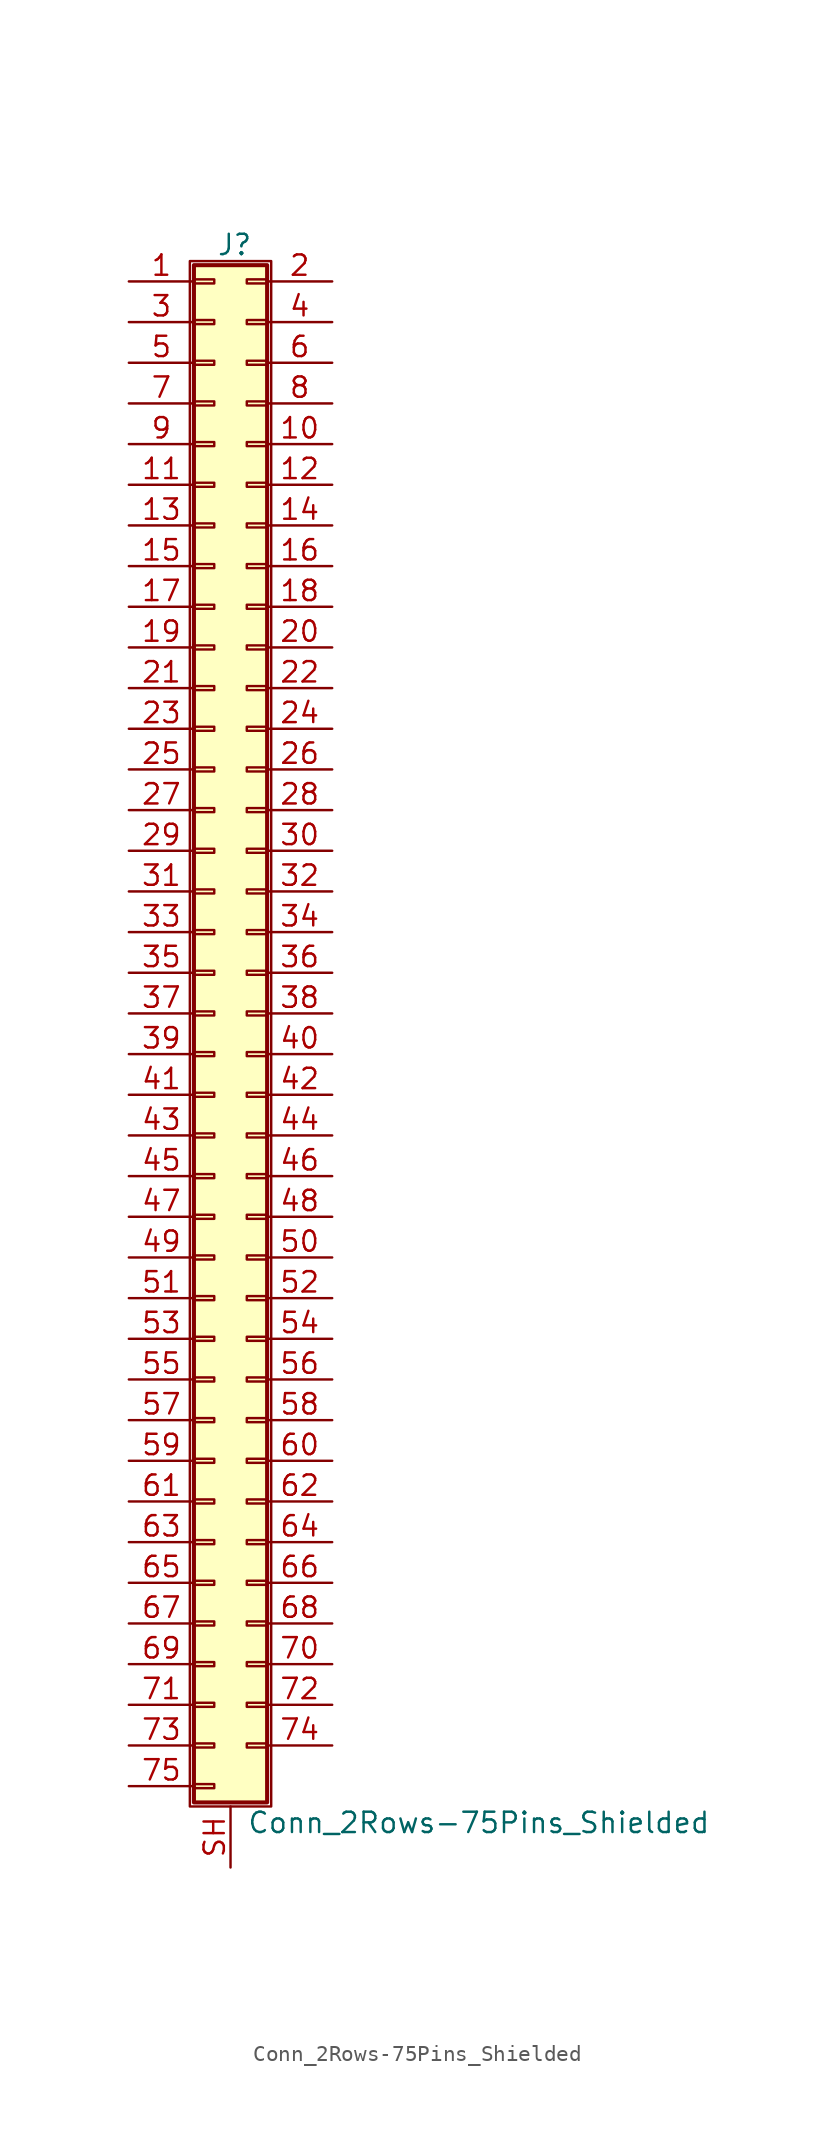
<source format=kicad_sym>
(kicad_symbol_lib
  (version 20200908)
  (generator kicad_symbol_editor)
  (symbol "Connector_Generic_Shielded:Conn_2Rows-75Pins_Shielded"
    (pin_names
      (offset 1.016) hide)
    (property "Reference" "J"
      (at 1.524 48.006 0)
      (effects (font (size 1.27 1.27))))
    (property "Value" "Conn_2Rows-75Pins_Shielded"
      (at 2.286 -50.546 0)
      (effects (font (size 1.27 1.27)) (justify left)))
    (symbol "Conn_2Rows-75Pins_Shielded_1_1"
      (rectangle (start -1.016 -27.813) (end 0.254 -28.067) (stroke (width 0.152)) (fill (type none)))
      (rectangle (start -1.016 -30.353) (end 0.254 -30.607) (stroke (width 0.152)) (fill (type none)))
      (rectangle (start -1.016 -32.893) (end 0.254 -33.147) (stroke (width 0.152)) (fill (type none)))
      (rectangle (start -1.016 -35.433) (end 0.254 -35.687) (stroke (width 0.152)) (fill (type none)))
      (rectangle (start -1.016 -37.973) (end 0.254 -38.227) (stroke (width 0.152)) (fill (type none)))
      (rectangle (start -1.016 -40.513) (end 0.254 -40.767) (stroke (width 0.152)) (fill (type none)))
      (rectangle (start -1.016 -43.053) (end 0.254 -43.307) (stroke (width 0.152)) (fill (type none)))
      (rectangle (start -1.016 -45.593) (end 0.254 -45.847) (stroke (width 0.152)) (fill (type none)))
      (rectangle (start -1.016 -48.133) (end 0.254 -48.387) (stroke (width 0.152)) (fill (type none)))
      (rectangle (start -1.016 -4.953) (end 0.254 -5.207) (stroke (width 0.152)) (fill (type none)))
      (rectangle (start -1.016 -7.493) (end 0.254 -7.747) (stroke (width 0.152)) (fill (type none)))
      (rectangle (start -1.016 -10.033) (end 0.254 -10.287) (stroke (width 0.152)) (fill (type none)))
      (rectangle (start -1.016 -12.573) (end 0.254 -12.827) (stroke (width 0.152)) (fill (type none)))
      (rectangle (start -1.016 -15.113) (end 0.254 -15.367) (stroke (width 0.152)) (fill (type none)))
      (rectangle (start -1.016 -17.653) (end 0.254 -17.907) (stroke (width 0.152)) (fill (type none)))
      (rectangle (start -1.016 -20.193) (end 0.254 -20.447) (stroke (width 0.152)) (fill (type none)))
      (rectangle (start -1.016 -22.733) (end 0.254 -22.987) (stroke (width 0.152)) (fill (type none)))
      (rectangle (start -1.016 -2.413) (end 0.254 -2.667) (stroke (width 0.152)) (fill (type none)))
      (rectangle (start -1.016 -25.273) (end 0.254 -25.527) (stroke (width 0.152)) (fill (type none)))
      (rectangle (start -1.016 25.527) (end 0.254 25.273) (stroke (width 0.152)) (fill (type none)))
      (rectangle (start -1.016 2.667) (end 0.254 2.413) (stroke (width 0.152)) (fill (type none)))
      (rectangle (start -1.016 28.067) (end 0.254 27.813) (stroke (width 0.152)) (fill (type none)))
      (rectangle (start -1.016 30.607) (end 0.254 30.353) (stroke (width 0.152)) (fill (type none)))
      (rectangle (start -1.016 33.147) (end 0.254 32.893) (stroke (width 0.152)) (fill (type none)))
      (rectangle (start -1.016 35.687) (end 0.254 35.433) (stroke (width 0.152)) (fill (type none)))
      (rectangle (start -1.016 38.227) (end 0.254 37.973) (stroke (width 0.152)) (fill (type none)))
      (rectangle (start -1.016 40.767) (end 0.254 40.513) (stroke (width 0.152)) (fill (type none)))
      (rectangle (start -1.016 43.307) (end 0.254 43.053) (stroke (width 0.152)) (fill (type none)))
      (rectangle (start -1.016 45.847) (end 0.254 45.593) (stroke (width 0.152)) (fill (type none)))
      (rectangle (start -1.016 46.736) (end 3.556 -49.276) (stroke (width 0.254)) (fill (type background)))
      (rectangle (start -1.016 5.207) (end 0.254 4.953) (stroke (width 0.152)) (fill (type none)))
      (rectangle (start -1.016 7.747) (end 0.254 7.493) (stroke (width 0.152)) (fill (type none)))
      (rectangle (start -1.016 10.287) (end 0.254 10.033) (stroke (width 0.152)) (fill (type none)))
      (rectangle (start -1.016 0.127) (end 0.254 -0.127) (stroke (width 0.152)) (fill (type none)))
      (rectangle (start -1.016 12.827) (end 0.254 12.573) (stroke (width 0.152)) (fill (type none)))
      (rectangle (start -1.016 15.367) (end 0.254 15.113) (stroke (width 0.152)) (fill (type none)))
      (rectangle (start -1.016 17.907) (end 0.254 17.653) (stroke (width 0.152)) (fill (type none)))
      (rectangle (start -1.016 20.447) (end 0.254 20.193) (stroke (width 0.152)) (fill (type none)))
      (rectangle (start -1.016 22.987) (end 0.254 22.733) (stroke (width 0.152)) (fill (type none)))
      (rectangle (start -1.27 46.99) (end 3.81 -49.53) (stroke (width 0.152)) (fill (type none)))
      (rectangle (start 3.556 -27.813) (end 2.286 -28.067) (stroke (width 0.152)) (fill (type none)))
      (rectangle (start 3.556 -30.353) (end 2.286 -30.607) (stroke (width 0.152)) (fill (type none)))
      (rectangle (start 3.556 -32.893) (end 2.286 -33.147) (stroke (width 0.152)) (fill (type none)))
      (rectangle (start 3.556 -35.433) (end 2.286 -35.687) (stroke (width 0.152)) (fill (type none)))
      (rectangle (start 3.556 -37.973) (end 2.286 -38.227) (stroke (width 0.152)) (fill (type none)))
      (rectangle (start 3.556 -40.513) (end 2.286 -40.767) (stroke (width 0.152)) (fill (type none)))
      (rectangle (start 3.556 -43.053) (end 2.286 -43.307) (stroke (width 0.152)) (fill (type none)))
      (rectangle (start 3.556 -45.593) (end 2.286 -45.847) (stroke (width 0.152)) (fill (type none)))
      (rectangle (start 3.556 -4.953) (end 2.286 -5.207) (stroke (width 0.152)) (fill (type none)))
      (rectangle (start 3.556 -7.493) (end 2.286 -7.747) (stroke (width 0.152)) (fill (type none)))
      (rectangle (start 3.556 -10.033) (end 2.286 -10.287) (stroke (width 0.152)) (fill (type none)))
      (rectangle (start 3.556 -12.573) (end 2.286 -12.827) (stroke (width 0.152)) (fill (type none)))
      (rectangle (start 3.556 -15.113) (end 2.286 -15.367) (stroke (width 0.152)) (fill (type none)))
      (rectangle (start 3.556 -17.653) (end 2.286 -17.907) (stroke (width 0.152)) (fill (type none)))
      (rectangle (start 3.556 -20.193) (end 2.286 -20.447) (stroke (width 0.152)) (fill (type none)))
      (rectangle (start 3.556 -22.733) (end 2.286 -22.987) (stroke (width 0.152)) (fill (type none)))
      (rectangle (start 3.556 -2.413) (end 2.286 -2.667) (stroke (width 0.152)) (fill (type none)))
      (rectangle (start 3.556 -25.273) (end 2.286 -25.527) (stroke (width 0.152)) (fill (type none)))
      (rectangle (start 3.556 25.527) (end 2.286 25.273) (stroke (width 0.152)) (fill (type none)))
      (rectangle (start 3.556 2.667) (end 2.286 2.413) (stroke (width 0.152)) (fill (type none)))
      (rectangle (start 3.556 28.067) (end 2.286 27.813) (stroke (width 0.152)) (fill (type none)))
      (rectangle (start 3.556 30.607) (end 2.286 30.353) (stroke (width 0.152)) (fill (type none)))
      (rectangle (start 3.556 33.147) (end 2.286 32.893) (stroke (width 0.152)) (fill (type none)))
      (rectangle (start 3.556 35.687) (end 2.286 35.433) (stroke (width 0.152)) (fill (type none)))
      (rectangle (start 3.556 38.227) (end 2.286 37.973) (stroke (width 0.152)) (fill (type none)))
      (rectangle (start 3.556 40.767) (end 2.286 40.513) (stroke (width 0.152)) (fill (type none)))
      (rectangle (start 3.556 43.307) (end 2.286 43.053) (stroke (width 0.152)) (fill (type none)))
      (rectangle (start 3.556 45.847) (end 2.286 45.593) (stroke (width 0.152)) (fill (type none)))
      (rectangle (start 3.556 5.207) (end 2.286 4.953) (stroke (width 0.152)) (fill (type none)))
      (rectangle (start 3.556 7.747) (end 2.286 7.493) (stroke (width 0.152)) (fill (type none)))
      (rectangle (start 3.556 10.287) (end 2.286 10.033) (stroke (width 0.152)) (fill (type none)))
      (rectangle (start 3.556 0.127) (end 2.286 -0.127) (stroke (width 0.152)) (fill (type none)))
      (rectangle (start 3.556 12.827) (end 2.286 12.573) (stroke (width 0.152)) (fill (type none)))
      (rectangle (start 3.556 15.367) (end 2.286 15.113) (stroke (width 0.152)) (fill (type none)))
      (rectangle (start 3.556 17.907) (end 2.286 17.653) (stroke (width 0.152)) (fill (type none)))
      (rectangle (start 3.556 20.447) (end 2.286 20.193) (stroke (width 0.152)) (fill (type none)))
      (rectangle (start 3.556 22.987) (end 2.286 22.733) (stroke (width 0.152)) (fill (type none)))
      (pin passive line (at -5.08 45.72 0) (length 4.064) (name "Pin_1" (effects (font (size 1.27 1.27)))) (number "1" (effects (font (size 1.27 1.27)))))
      (pin passive line (at 7.62 35.56 180) (length 4.064) (name "Pin_10" (effects (font (size 1.27 1.27)))) (number "10" (effects (font (size 1.27 1.27)))))
      (pin passive line (at -5.08 33.02 0) (length 4.064) (name "Pin_11" (effects (font (size 1.27 1.27)))) (number "11" (effects (font (size 1.27 1.27)))))
      (pin passive line (at 7.62 33.02 180) (length 4.064) (name "Pin_12" (effects (font (size 1.27 1.27)))) (number "12" (effects (font (size 1.27 1.27)))))
      (pin passive line (at -5.08 30.48 0) (length 4.064) (name "Pin_13" (effects (font (size 1.27 1.27)))) (number "13" (effects (font (size 1.27 1.27)))))
      (pin passive line (at 7.62 30.48 180) (length 4.064) (name "Pin_14" (effects (font (size 1.27 1.27)))) (number "14" (effects (font (size 1.27 1.27)))))
      (pin passive line (at -5.08 27.94 0) (length 4.064) (name "Pin_15" (effects (font (size 1.27 1.27)))) (number "15" (effects (font (size 1.27 1.27)))))
      (pin passive line (at 7.62 27.94 180) (length 4.064) (name "Pin_16" (effects (font (size 1.27 1.27)))) (number "16" (effects (font (size 1.27 1.27)))))
      (pin passive line (at -5.08 25.4 0) (length 4.064) (name "Pin_17" (effects (font (size 1.27 1.27)))) (number "17" (effects (font (size 1.27 1.27)))))
      (pin passive line (at 7.62 25.4 180) (length 4.064) (name "Pin_18" (effects (font (size 1.27 1.27)))) (number "18" (effects (font (size 1.27 1.27)))))
      (pin passive line (at -5.08 22.86 0) (length 4.064) (name "Pin_19" (effects (font (size 1.27 1.27)))) (number "19" (effects (font (size 1.27 1.27)))))
      (pin passive line (at 7.62 45.72 180) (length 4.064) (name "Pin_2" (effects (font (size 1.27 1.27)))) (number "2" (effects (font (size 1.27 1.27)))))
      (pin passive line (at 7.62 22.86 180) (length 4.064) (name "Pin_20" (effects (font (size 1.27 1.27)))) (number "20" (effects (font (size 1.27 1.27)))))
      (pin passive line (at -5.08 20.32 0) (length 4.064) (name "Pin_21" (effects (font (size 1.27 1.27)))) (number "21" (effects (font (size 1.27 1.27)))))
      (pin passive line (at 7.62 20.32 180) (length 4.064) (name "Pin_22" (effects (font (size 1.27 1.27)))) (number "22" (effects (font (size 1.27 1.27)))))
      (pin passive line (at -5.08 17.78 0) (length 4.064) (name "Pin_23" (effects (font (size 1.27 1.27)))) (number "23" (effects (font (size 1.27 1.27)))))
      (pin passive line (at 7.62 17.78 180) (length 4.064) (name "Pin_24" (effects (font (size 1.27 1.27)))) (number "24" (effects (font (size 1.27 1.27)))))
      (pin passive line (at -5.08 15.24 0) (length 4.064) (name "Pin_25" (effects (font (size 1.27 1.27)))) (number "25" (effects (font (size 1.27 1.27)))))
      (pin passive line (at 7.62 15.24 180) (length 4.064) (name "Pin_26" (effects (font (size 1.27 1.27)))) (number "26" (effects (font (size 1.27 1.27)))))
      (pin passive line (at -5.08 12.7 0) (length 4.064) (name "Pin_27" (effects (font (size 1.27 1.27)))) (number "27" (effects (font (size 1.27 1.27)))))
      (pin passive line (at 7.62 12.7 180) (length 4.064) (name "Pin_28" (effects (font (size 1.27 1.27)))) (number "28" (effects (font (size 1.27 1.27)))))
      (pin passive line (at -5.08 10.16 0) (length 4.064) (name "Pin_29" (effects (font (size 1.27 1.27)))) (number "29" (effects (font (size 1.27 1.27)))))
      (pin passive line (at -5.08 43.18 0) (length 4.064) (name "Pin_3" (effects (font (size 1.27 1.27)))) (number "3" (effects (font (size 1.27 1.27)))))
      (pin passive line (at 7.62 10.16 180) (length 4.064) (name "Pin_30" (effects (font (size 1.27 1.27)))) (number "30" (effects (font (size 1.27 1.27)))))
      (pin passive line (at -5.08 7.62 0) (length 4.064) (name "Pin_31" (effects (font (size 1.27 1.27)))) (number "31" (effects (font (size 1.27 1.27)))))
      (pin passive line (at 7.62 7.62 180) (length 4.064) (name "Pin_32" (effects (font (size 1.27 1.27)))) (number "32" (effects (font (size 1.27 1.27)))))
      (pin passive line (at -5.08 5.08 0) (length 4.064) (name "Pin_33" (effects (font (size 1.27 1.27)))) (number "33" (effects (font (size 1.27 1.27)))))
      (pin passive line (at 7.62 5.08 180) (length 4.064) (name "Pin_34" (effects (font (size 1.27 1.27)))) (number "34" (effects (font (size 1.27 1.27)))))
      (pin passive line (at -5.08 2.54 0) (length 4.064) (name "Pin_35" (effects (font (size 1.27 1.27)))) (number "35" (effects (font (size 1.27 1.27)))))
      (pin passive line (at 7.62 2.54 180) (length 4.064) (name "Pin_36" (effects (font (size 1.27 1.27)))) (number "36" (effects (font (size 1.27 1.27)))))
      (pin passive line (at -5.08 0 0) (length 4.064) (name "Pin_37" (effects (font (size 1.27 1.27)))) (number "37" (effects (font (size 1.27 1.27)))))
      (pin passive line (at 7.62 0 180) (length 4.064) (name "Pin_38" (effects (font (size 1.27 1.27)))) (number "38" (effects (font (size 1.27 1.27)))))
      (pin passive line (at -5.08 -2.54 0) (length 4.064) (name "Pin_39" (effects (font (size 1.27 1.27)))) (number "39" (effects (font (size 1.27 1.27)))))
      (pin passive line (at 7.62 43.18 180) (length 4.064) (name "Pin_4" (effects (font (size 1.27 1.27)))) (number "4" (effects (font (size 1.27 1.27)))))
      (pin passive line (at 7.62 -2.54 180) (length 4.064) (name "Pin_40" (effects (font (size 1.27 1.27)))) (number "40" (effects (font (size 1.27 1.27)))))
      (pin passive line (at -5.08 -5.08 0) (length 4.064) (name "Pin_41" (effects (font (size 1.27 1.27)))) (number "41" (effects (font (size 1.27 1.27)))))
      (pin passive line (at 7.62 -5.08 180) (length 4.064) (name "Pin_42" (effects (font (size 1.27 1.27)))) (number "42" (effects (font (size 1.27 1.27)))))
      (pin passive line (at -5.08 -7.62 0) (length 4.064) (name "Pin_43" (effects (font (size 1.27 1.27)))) (number "43" (effects (font (size 1.27 1.27)))))
      (pin passive line (at 7.62 -7.62 180) (length 4.064) (name "Pin_44" (effects (font (size 1.27 1.27)))) (number "44" (effects (font (size 1.27 1.27)))))
      (pin passive line (at -5.08 -10.16 0) (length 4.064) (name "Pin_45" (effects (font (size 1.27 1.27)))) (number "45" (effects (font (size 1.27 1.27)))))
      (pin passive line (at 7.62 -10.16 180) (length 4.064) (name "Pin_46" (effects (font (size 1.27 1.27)))) (number "46" (effects (font (size 1.27 1.27)))))
      (pin passive line (at -5.08 -12.7 0) (length 4.064) (name "Pin_47" (effects (font (size 1.27 1.27)))) (number "47" (effects (font (size 1.27 1.27)))))
      (pin passive line (at 7.62 -12.7 180) (length 4.064) (name "Pin_48" (effects (font (size 1.27 1.27)))) (number "48" (effects (font (size 1.27 1.27)))))
      (pin passive line (at -5.08 -15.24 0) (length 4.064) (name "Pin_49" (effects (font (size 1.27 1.27)))) (number "49" (effects (font (size 1.27 1.27)))))
      (pin passive line (at -5.08 40.64 0) (length 4.064) (name "Pin_5" (effects (font (size 1.27 1.27)))) (number "5" (effects (font (size 1.27 1.27)))))
      (pin passive line (at 7.62 -15.24 180) (length 4.064) (name "Pin_50" (effects (font (size 1.27 1.27)))) (number "50" (effects (font (size 1.27 1.27)))))
      (pin passive line (at -5.08 -17.78 0) (length 4.064) (name "Pin_51" (effects (font (size 1.27 1.27)))) (number "51" (effects (font (size 1.27 1.27)))))
      (pin passive line (at 7.62 -17.78 180) (length 4.064) (name "Pin_52" (effects (font (size 1.27 1.27)))) (number "52" (effects (font (size 1.27 1.27)))))
      (pin passive line (at -5.08 -20.32 0) (length 4.064) (name "Pin_53" (effects (font (size 1.27 1.27)))) (number "53" (effects (font (size 1.27 1.27)))))
      (pin passive line (at 7.62 -20.32 180) (length 4.064) (name "Pin_54" (effects (font (size 1.27 1.27)))) (number "54" (effects (font (size 1.27 1.27)))))
      (pin passive line (at -5.08 -22.86 0) (length 4.064) (name "Pin_55" (effects (font (size 1.27 1.27)))) (number "55" (effects (font (size 1.27 1.27)))))
      (pin passive line (at 7.62 -22.86 180) (length 4.064) (name "Pin_56" (effects (font (size 1.27 1.27)))) (number "56" (effects (font (size 1.27 1.27)))))
      (pin passive line (at -5.08 -25.4 0) (length 4.064) (name "Pin_57" (effects (font (size 1.27 1.27)))) (number "57" (effects (font (size 1.27 1.27)))))
      (pin passive line (at 7.62 -25.4 180) (length 4.064) (name "Pin_58" (effects (font (size 1.27 1.27)))) (number "58" (effects (font (size 1.27 1.27)))))
      (pin passive line (at -5.08 -27.94 0) (length 4.064) (name "Pin_59" (effects (font (size 1.27 1.27)))) (number "59" (effects (font (size 1.27 1.27)))))
      (pin passive line (at 7.62 40.64 180) (length 4.064) (name "Pin_6" (effects (font (size 1.27 1.27)))) (number "6" (effects (font (size 1.27 1.27)))))
      (pin passive line (at 7.62 -27.94 180) (length 4.064) (name "Pin_60" (effects (font (size 1.27 1.27)))) (number "60" (effects (font (size 1.27 1.27)))))
      (pin passive line (at -5.08 -30.48 0) (length 4.064) (name "Pin_61" (effects (font (size 1.27 1.27)))) (number "61" (effects (font (size 1.27 1.27)))))
      (pin passive line (at 7.62 -30.48 180) (length 4.064) (name "Pin_62" (effects (font (size 1.27 1.27)))) (number "62" (effects (font (size 1.27 1.27)))))
      (pin passive line (at -5.08 -33.02 0) (length 4.064) (name "Pin_63" (effects (font (size 1.27 1.27)))) (number "63" (effects (font (size 1.27 1.27)))))
      (pin passive line (at 7.62 -33.02 180) (length 4.064) (name "Pin_64" (effects (font (size 1.27 1.27)))) (number "64" (effects (font (size 1.27 1.27)))))
      (pin passive line (at -5.08 -35.56 0) (length 4.064) (name "Pin_65" (effects (font (size 1.27 1.27)))) (number "65" (effects (font (size 1.27 1.27)))))
      (pin passive line (at 7.62 -35.56 180) (length 4.064) (name "Pin_66" (effects (font (size 1.27 1.27)))) (number "66" (effects (font (size 1.27 1.27)))))
      (pin passive line (at -5.08 -38.1 0) (length 4.064) (name "Pin_67" (effects (font (size 1.27 1.27)))) (number "67" (effects (font (size 1.27 1.27)))))
      (pin passive line (at 7.62 -38.1 180) (length 4.064) (name "Pin_68" (effects (font (size 1.27 1.27)))) (number "68" (effects (font (size 1.27 1.27)))))
      (pin passive line (at -5.08 -40.64 0) (length 4.064) (name "Pin_69" (effects (font (size 1.27 1.27)))) (number "69" (effects (font (size 1.27 1.27)))))
      (pin passive line (at -5.08 38.1 0) (length 4.064) (name "Pin_7" (effects (font (size 1.27 1.27)))) (number "7" (effects (font (size 1.27 1.27)))))
      (pin passive line (at 7.62 -40.64 180) (length 4.064) (name "Pin_70" (effects (font (size 1.27 1.27)))) (number "70" (effects (font (size 1.27 1.27)))))
      (pin passive line (at -5.08 -43.18 0) (length 4.064) (name "Pin_71" (effects (font (size 1.27 1.27)))) (number "71" (effects (font (size 1.27 1.27)))))
      (pin passive line (at 7.62 -43.18 180) (length 4.064) (name "Pin_72" (effects (font (size 1.27 1.27)))) (number "72" (effects (font (size 1.27 1.27)))))
      (pin passive line (at -5.08 -45.72 0) (length 4.064) (name "Pin_73" (effects (font (size 1.27 1.27)))) (number "73" (effects (font (size 1.27 1.27)))))
      (pin passive line (at 7.62 -45.72 180) (length 4.064) (name "Pin_74" (effects (font (size 1.27 1.27)))) (number "74" (effects (font (size 1.27 1.27)))))
      (pin passive line (at -5.08 -48.26 0) (length 4.064) (name "Pin_75" (effects (font (size 1.27 1.27)))) (number "75" (effects (font (size 1.27 1.27)))))
      (pin passive line (at 7.62 38.1 180) (length 4.064) (name "Pin_8" (effects (font (size 1.27 1.27)))) (number "8" (effects (font (size 1.27 1.27)))))
      (pin passive line (at -5.08 35.56 0) (length 4.064) (name "Pin_9" (effects (font (size 1.27 1.27)))) (number "9" (effects (font (size 1.27 1.27)))))
      (pin passive line (at 1.27 -53.34 90) (length 3.81) (name "Shield" (effects (font (size 1.27 1.27)))) (number "SH" (effects (font (size 1.27 1.27))))))))
</source>
